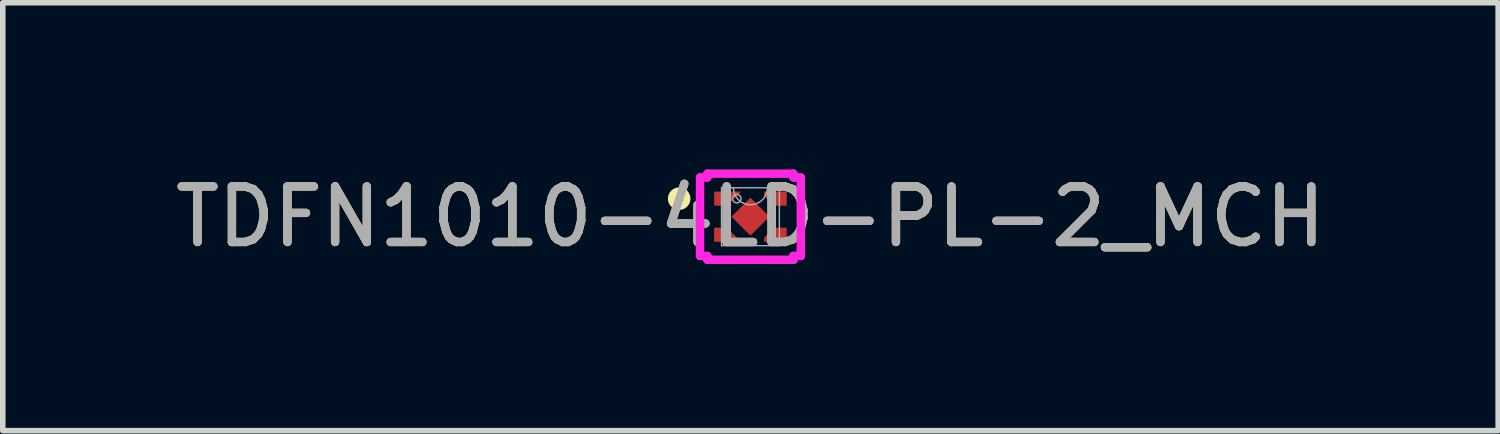
<source format=kicad_pcb>
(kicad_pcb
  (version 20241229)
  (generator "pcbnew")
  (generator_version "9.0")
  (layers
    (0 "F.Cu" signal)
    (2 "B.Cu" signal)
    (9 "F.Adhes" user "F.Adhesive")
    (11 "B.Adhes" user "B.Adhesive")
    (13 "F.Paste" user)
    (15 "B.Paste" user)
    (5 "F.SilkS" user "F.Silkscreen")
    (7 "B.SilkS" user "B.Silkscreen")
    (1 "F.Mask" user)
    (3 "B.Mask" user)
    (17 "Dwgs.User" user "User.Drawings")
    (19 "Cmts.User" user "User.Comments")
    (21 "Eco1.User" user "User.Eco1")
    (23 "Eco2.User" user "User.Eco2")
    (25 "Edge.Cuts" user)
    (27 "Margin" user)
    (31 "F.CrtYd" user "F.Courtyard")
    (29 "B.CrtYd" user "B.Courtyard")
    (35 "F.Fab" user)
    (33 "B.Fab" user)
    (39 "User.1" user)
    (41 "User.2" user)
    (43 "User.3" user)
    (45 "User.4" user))
  (footprint "TDFN1010-4LD-PL-2_MCH"
    (layer "F.Cu")
    (at 10.458 0.851)
    (property "Reference" "TDFN1010-4LD-PL-2_MCH" (at 0 0 0) (unlocked yes) (layer "F.SilkS") (effects (font (size 1 1) (thickness 0.15))))
    (attr smd)
    (fp_poly (pts (xy -0.653 -0.452) (xy -0.17 -0.452) (xy -0.424 -0.198) (xy -0.653 -0.198)) (stroke (width 0) (type solid)) (fill yes) (layer "F.Cu"))
    (fp_poly (pts (xy -0.246 0.452) (xy -0.653 0.452) (xy -0.653 0.198) (xy -0.424 0.198) (xy -0.246 0.376)) (stroke (width 0) (type solid)) (fill yes) (layer "F.Cu"))
    (fp_poly (pts (xy 0.246 -0.452) (xy 0.653 -0.452) (xy 0.653 -0.198) (xy 0.424 -0.198) (xy 0.246 -0.376)) (stroke (width 0) (type solid)) (fill yes) (layer "F.Cu"))
    (fp_poly (pts (xy 0.246 0.452) (xy 0.653 0.452) (xy 0.653 0.198) (xy 0.424 0.198) (xy 0.246 0.376)) (stroke (width 0) (type solid)) (fill yes) (layer "F.Cu"))
    (fp_poly (pts (xy -0.653 -0.452) (xy -0.17 -0.452) (xy -0.424 -0.198) (xy -0.653 -0.198)) (stroke (width 0) (type solid)) (fill yes) (layer "F.Mask"))
    (fp_poly (pts (xy -0.246 0.452) (xy -0.653 0.452) (xy -0.653 0.198) (xy -0.424 0.198) (xy -0.246 0.376)) (stroke (width 0) (type solid)) (fill yes) (layer "F.Mask"))
    (fp_poly (pts (xy 0.246 -0.452) (xy 0.653 -0.452) (xy 0.653 -0.198) (xy 0.424 -0.198) (xy 0.246 -0.376)) (stroke (width 0) (type solid)) (fill yes) (layer "F.Mask"))
    (fp_poly (pts (xy 0.246 0.452) (xy 0.653 0.452) (xy 0.653 0.198) (xy 0.424 0.198) (xy 0.246 0.376)) (stroke (width 0) (type solid)) (fill yes) (layer "F.Mask"))
    (fp_circle (center -1.283 -0.325) (end -1.156 -0.325) (stroke (width 0.152) (type solid)) (fill no) (layer "F.SilkS"))
    (fp_poly (pts (xy -0.653 -0.452) (xy -0.17 -0.452) (xy -0.424 -0.198) (xy -0.653 -0.198)) (stroke (width 0) (type solid)) (fill yes) (layer "F.Paste"))
    (fp_poly (pts (xy -0.246 0.452) (xy -0.653 0.452) (xy -0.653 0.198) (xy -0.424 0.198) (xy -0.246 0.376)) (stroke (width 0) (type solid)) (fill yes) (layer "F.Paste"))
    (fp_poly (pts (xy 0.246 -0.452) (xy 0.653 -0.452) (xy 0.653 -0.198) (xy 0.424 -0.198) (xy 0.246 -0.376)) (stroke (width 0) (type solid)) (fill yes) (layer "F.Paste"))
    (fp_poly (pts (xy 0.246 0.452) (xy 0.653 0.452) (xy 0.653 0.198) (xy 0.424 0.198) (xy 0.246 0.376)) (stroke (width 0) (type solid)) (fill yes) (layer "F.Paste"))
    (fp_line (start -0.907 -0.706) (end -0.775 -0.706) (stroke (width 0.152) (type solid)) (layer "F.CrtYd"))
    (fp_line (start -0.907 0.706) (end -0.907 -0.706) (stroke (width 0.152) (type solid)) (layer "F.CrtYd"))
    (fp_line (start -0.907 0.706) (end -0.775 0.706) (stroke (width 0.152) (type solid)) (layer "F.CrtYd"))
    (fp_line (start -0.775 -0.775) (end 0.775 -0.775) (stroke (width 0.152) (type solid)) (layer "F.CrtYd"))
    (fp_line (start -0.775 -0.706) (end -0.775 -0.775) (stroke (width 0.152) (type solid)) (layer "F.CrtYd"))
    (fp_line (start -0.775 0.775) (end -0.775 0.706) (stroke (width 0.152) (type solid)) (layer "F.CrtYd"))
    (fp_line (start 0.775 -0.775) (end 0.775 -0.706) (stroke (width 0.152) (type solid)) (layer "F.CrtYd"))
    (fp_line (start 0.775 0.706) (end 0.775 0.775) (stroke (width 0.152) (type solid)) (layer "F.CrtYd"))
    (fp_line (start 0.775 0.775) (end -0.775 0.775) (stroke (width 0.152) (type solid)) (layer "F.CrtYd"))
    (fp_line (start 0.907 -0.706) (end 0.775 -0.706) (stroke (width 0.152) (type solid)) (layer "F.CrtYd"))
    (fp_line (start 0.907 -0.706) (end 0.907 0.706) (stroke (width 0.152) (type solid)) (layer "F.CrtYd"))
    (fp_line (start 0.907 0.706) (end 0.775 0.706) (stroke (width 0.152) (type solid)) (layer "F.CrtYd"))
    (fp_line (start -0.521 -0.521) (end -0.521 0.521) (stroke (width 0.025) (type solid)) (layer "F.Fab"))
    (fp_line (start -0.521 0.521) (end 0.521 0.521) (stroke (width 0.025) (type solid)) (layer "F.Fab"))
    (fp_line (start 0.521 -0.521) (end -0.521 -0.521) (stroke (width 0.025) (type solid)) (layer "F.Fab"))
    (fp_line (start 0.521 0.521) (end 0.521 -0.521) (stroke (width 0.025) (type solid)) (layer "F.Fab"))
    (fp_arc (start 0.3048 -0.5207) (mid 0 -0.2159) (end -0.3048 -0.5207) (stroke (width 0.0254) (type solid)) (layer "F.Fab"))
    (fp_circle (center -0.246 -0.325) (end -0.17 -0.325) (stroke (width 0.025) (type solid)) (fill no) (layer "F.Fab"))
    (fp_text user "${REFERENCE}" (at 0 0 0) (unlocked yes) (layer "F.Fab") (effects (font (size 1 1) (thickness 0.15))))
    (pad "1" smd rect (at -0.411 -0.325) (size 0.051 0.051) (layers "F.Cu" "F.Mask" "F.Paste"))
    (pad "2" smd rect (at -0.45 0.325) (size 0.051 0.051) (layers "F.Cu" "F.Mask" "F.Paste"))
    (pad "3" smd rect (at 0.45 0.325) (size 0.051 0.051) (layers "F.Cu" "F.Mask" "F.Paste"))
    (pad "4" smd rect (at 0.45 -0.325) (size 0.051 0.051) (layers "F.Cu" "F.Mask" "F.Paste"))
    (pad "5" smd rect (at 0 0 45) (size 0.483 0.483) (layers "F.Cu" "F.Mask")))
  (gr_rect
    (start -3 -3)
    (end 23.917 4.702)
    (stroke (width 0.1) (type default))
    (fill no)
    (layer "Edge.Cuts")))
</source>
